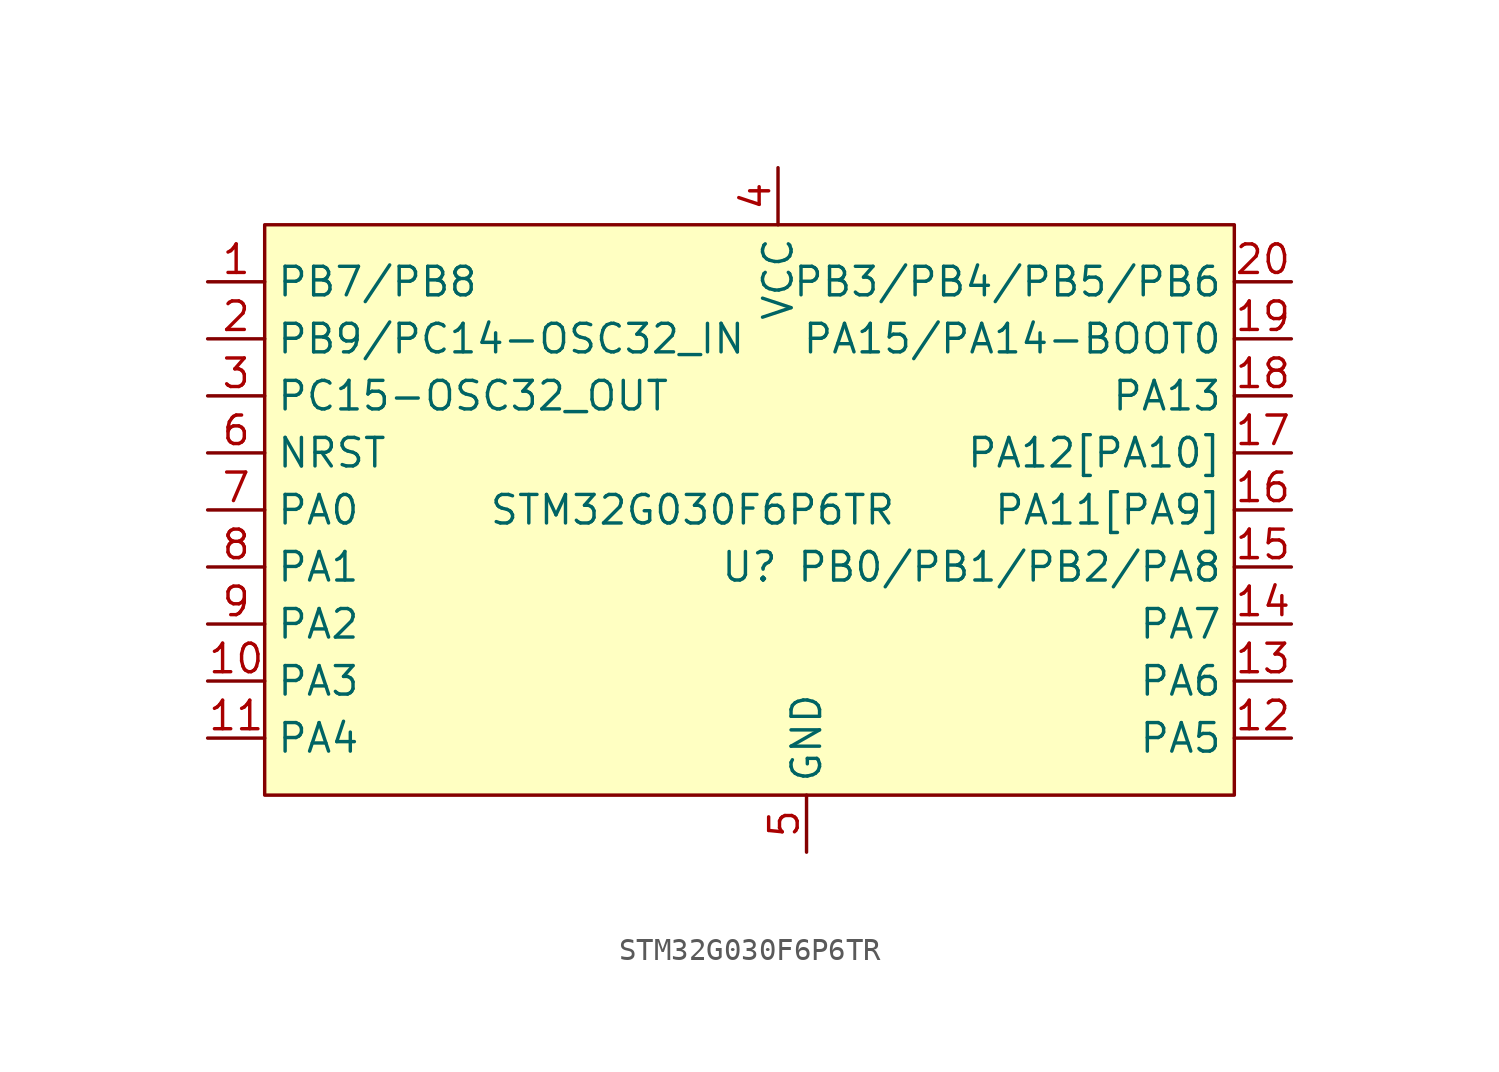
<source format=kicad_sym>
(kicad_symbol_lib
  (version 20211014)
  (generator kicad_symbol_editor)
  (symbol "STM32G030F6P6TR"
    (property "Reference" "U"
      (at -1.27 -1.27 0)
      (effects (font (size 1.27 1.27))))
    (property "Value" "STM32G030F6P6TR"
      (at -3.81 1.27 0)
      (effects (font (size 1.27 1.27))))
    (symbol "STM32G030F6P6TR_0_1"
      (rectangle (start -22.86 13.97) (end 20.32 -11.43) (stroke (width 0) (type default) (color 0 0 0 0)) (fill (type background))))
    (symbol "STM32G030F6P6TR_1_1"
      (pin input line (at -25.4 11.43 0) (length 2.54) (name "PB7/PB8" (effects (font (size 1.27 1.27)))) (number "1" (effects (font (size 1.27 1.27)))))
      (pin input line (at -25.4 -6.35 0) (length 2.54) (name "PA3" (effects (font (size 1.27 1.27)))) (number "10" (effects (font (size 1.27 1.27)))))
      (pin input line (at -25.4 -8.89 0) (length 2.54) (name "PA4" (effects (font (size 1.27 1.27)))) (number "11" (effects (font (size 1.27 1.27)))))
      (pin input line (at 22.86 -8.89 180) (length 2.54) (name "PA5" (effects (font (size 1.27 1.27)))) (number "12" (effects (font (size 1.27 1.27)))))
      (pin input line (at 22.86 -6.35 180) (length 2.54) (name "PA6" (effects (font (size 1.27 1.27)))) (number "13" (effects (font (size 1.27 1.27)))))
      (pin input line (at 22.86 -3.81 180) (length 2.54) (name "PA7" (effects (font (size 1.27 1.27)))) (number "14" (effects (font (size 1.27 1.27)))))
      (pin input line (at 22.86 -1.27 180) (length 2.54) (name "PB0/PB1/PB2/PA8" (effects (font (size 1.27 1.27)))) (number "15" (effects (font (size 1.27 1.27)))))
      (pin input line (at 22.86 1.27 180) (length 2.54) (name "PA11[PA9]" (effects (font (size 1.27 1.27)))) (number "16" (effects (font (size 1.27 1.27)))))
      (pin input line (at 22.86 3.81 180) (length 2.54) (name "PA12[PA10]" (effects (font (size 1.27 1.27)))) (number "17" (effects (font (size 1.27 1.27)))))
      (pin input line (at 22.86 6.35 180) (length 2.54) (name "PA13" (effects (font (size 1.27 1.27)))) (number "18" (effects (font (size 1.27 1.27)))))
      (pin input line (at 22.86 8.89 180) (length 2.54) (name "PA15/PA14-BOOT0" (effects (font (size 1.27 1.27)))) (number "19" (effects (font (size 1.27 1.27)))))
      (pin input line (at -25.4 8.89 0) (length 2.54) (name "PB9/PC14-OSC32_IN" (effects (font (size 1.27 1.27)))) (number "2" (effects (font (size 1.27 1.27)))))
      (pin input line (at 22.86 11.43 180) (length 2.54) (name "PB3/PB4/PB5/PB6" (effects (font (size 1.27 1.27)))) (number "20" (effects (font (size 1.27 1.27)))))
      (pin input line (at -25.4 6.35 0) (length 2.54) (name "PC15-OSC32_OUT" (effects (font (size 1.27 1.27)))) (number "3" (effects (font (size 1.27 1.27)))))
      (pin input line (at 0 16.51 270) (length 2.54) (name "VCC" (effects (font (size 1.27 1.27)))) (number "4" (effects (font (size 1.27 1.27)))))
      (pin input line (at 1.27 -13.97 90) (length 2.54) (name "GND" (effects (font (size 1.27 1.27)))) (number "5" (effects (font (size 1.27 1.27)))))
      (pin input line (at -25.4 3.81 0) (length 2.54) (name "NRST" (effects (font (size 1.27 1.27)))) (number "6" (effects (font (size 1.27 1.27)))))
      (pin input line (at -25.4 1.27 0) (length 2.54) (name "PA0" (effects (font (size 1.27 1.27)))) (number "7" (effects (font (size 1.27 1.27)))))
      (pin input line (at -25.4 -1.27 0) (length 2.54) (name "PA1" (effects (font (size 1.27 1.27)))) (number "8" (effects (font (size 1.27 1.27)))))
      (pin input line (at -25.4 -3.81 0) (length 2.54) (name "PA2" (effects (font (size 1.27 1.27)))) (number "9" (effects (font (size 1.27 1.27))))))))
</source>
